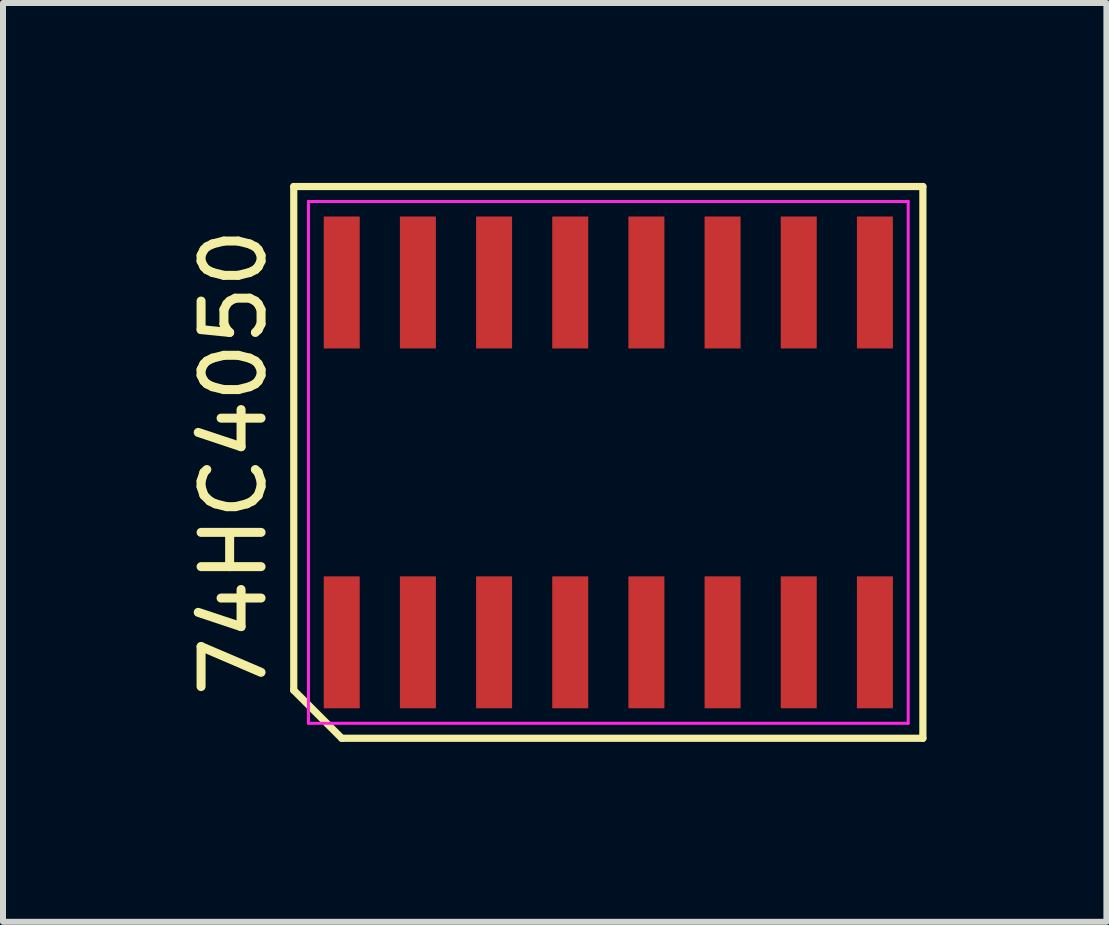
<source format=kicad_pcb>
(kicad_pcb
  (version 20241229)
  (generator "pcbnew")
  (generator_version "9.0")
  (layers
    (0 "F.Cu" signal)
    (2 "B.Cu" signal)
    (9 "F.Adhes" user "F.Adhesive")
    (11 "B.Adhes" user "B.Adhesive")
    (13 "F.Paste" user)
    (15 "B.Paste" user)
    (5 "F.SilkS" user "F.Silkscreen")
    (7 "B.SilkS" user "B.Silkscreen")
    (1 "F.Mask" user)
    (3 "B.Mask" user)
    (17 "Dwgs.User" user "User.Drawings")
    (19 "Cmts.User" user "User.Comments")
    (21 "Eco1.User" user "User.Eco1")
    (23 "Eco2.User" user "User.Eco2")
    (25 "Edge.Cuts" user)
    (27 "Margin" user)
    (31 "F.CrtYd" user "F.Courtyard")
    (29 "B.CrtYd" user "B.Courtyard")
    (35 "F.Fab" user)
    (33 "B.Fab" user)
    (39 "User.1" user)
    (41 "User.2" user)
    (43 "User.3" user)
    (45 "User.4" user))
  (footprint "74HC4050"
    (layer "F.Cu")
    (at 7.093 4.66)
    (property "Reference" "74HC4050" (at -6.245 0 90) (layer "F.SilkS") (effects (font (size 1 1) (thickness 0.15))))
    (attr smd)
    (fp_line (start -5.245 -4.6) (end 5.245 -4.6) (stroke (width 0.12) (type solid)) (layer "F.SilkS"))
    (fp_line (start -5.245 3.8) (end -5.245 -4.6) (stroke (width 0.12) (type solid)) (layer "F.SilkS"))
    (fp_line (start -4.445 4.6) (end -5.245 3.8) (stroke (width 0.12) (type solid)) (layer "F.SilkS"))
    (fp_line (start 5.245 -4.6) (end 5.245 4.6) (stroke (width 0.12) (type solid)) (layer "F.SilkS"))
    (fp_line (start 5.245 4.6) (end -4.445 4.6) (stroke (width 0.12) (type solid)) (layer "F.SilkS"))
    (fp_line (start -5 -4.35) (end 5 -4.35) (stroke (width 0.05) (type solid)) (layer "F.CrtYd"))
    (fp_line (start -5 4.35) (end -5 -4.35) (stroke (width 0.05) (type solid)) (layer "F.CrtYd"))
    (fp_line (start 5 -4.35) (end 5 4.35) (stroke (width 0.05) (type solid)) (layer "F.CrtYd"))
    (fp_line (start 5 4.35) (end -5 4.35) (stroke (width 0.05) (type solid)) (layer "F.CrtYd"))
    (pad "1" smd rect (at -4.445 3) (size 0.6 2.2) (layers "F.Cu" "F.Mask" "F.Paste"))
    (pad "2" smd rect (at -3.175 3) (size 0.6 2.2) (layers "F.Cu" "F.Mask" "F.Paste"))
    (pad "3" smd rect (at -1.905 3) (size 0.6 2.2) (layers "F.Cu" "F.Mask" "F.Paste"))
    (pad "4" smd rect (at -0.635 3) (size 0.6 2.2) (layers "F.Cu" "F.Mask" "F.Paste"))
    (pad "5" smd rect (at 0.635 3) (size 0.6 2.2) (layers "F.Cu" "F.Mask" "F.Paste"))
    (pad "6" smd rect (at 1.905 3) (size 0.6 2.2) (layers "F.Cu" "F.Mask" "F.Paste"))
    (pad "7" smd rect (at 3.175 3) (size 0.6 2.2) (layers "F.Cu" "F.Mask" "F.Paste"))
    (pad "8" smd rect (at 4.445 3) (size 0.6 2.2) (layers "F.Cu" "F.Mask" "F.Paste"))
    (pad "9" smd rect (at 4.445 -3) (size 0.6 2.2) (layers "F.Cu" "F.Mask" "F.Paste"))
    (pad "10" smd rect (at 3.175 -3) (size 0.6 2.2) (layers "F.Cu" "F.Mask" "F.Paste"))
    (pad "11" smd rect (at 1.905 -3) (size 0.6 2.2) (layers "F.Cu" "F.Mask" "F.Paste"))
    (pad "12" smd rect (at 0.635 -3) (size 0.6 2.2) (layers "F.Cu" "F.Mask" "F.Paste"))
    (pad "13" smd rect (at -0.635 -3) (size 0.6 2.2) (layers "F.Cu" "F.Mask" "F.Paste"))
    (pad "14" smd rect (at -1.905 -3) (size 0.6 2.2) (layers "F.Cu" "F.Mask" "F.Paste"))
    (pad "15" smd rect (at -3.175 -3) (size 0.6 2.2) (layers "F.Cu" "F.Mask" "F.Paste"))
    (pad "16" smd rect (at -4.445 -3) (size 0.6 2.2) (layers "F.Cu" "F.Mask" "F.Paste")))
  (gr_rect
    (start -3 -3)
    (end 15.398 12.32)
    (stroke (width 0.1) (type default))
    (fill no)
    (layer "Edge.Cuts")))
</source>
